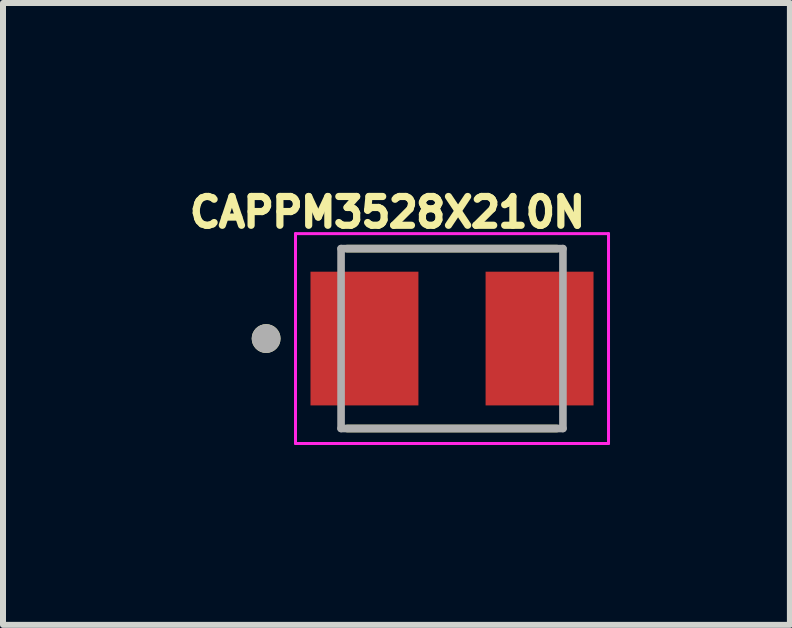
<source format=kicad_pcb>
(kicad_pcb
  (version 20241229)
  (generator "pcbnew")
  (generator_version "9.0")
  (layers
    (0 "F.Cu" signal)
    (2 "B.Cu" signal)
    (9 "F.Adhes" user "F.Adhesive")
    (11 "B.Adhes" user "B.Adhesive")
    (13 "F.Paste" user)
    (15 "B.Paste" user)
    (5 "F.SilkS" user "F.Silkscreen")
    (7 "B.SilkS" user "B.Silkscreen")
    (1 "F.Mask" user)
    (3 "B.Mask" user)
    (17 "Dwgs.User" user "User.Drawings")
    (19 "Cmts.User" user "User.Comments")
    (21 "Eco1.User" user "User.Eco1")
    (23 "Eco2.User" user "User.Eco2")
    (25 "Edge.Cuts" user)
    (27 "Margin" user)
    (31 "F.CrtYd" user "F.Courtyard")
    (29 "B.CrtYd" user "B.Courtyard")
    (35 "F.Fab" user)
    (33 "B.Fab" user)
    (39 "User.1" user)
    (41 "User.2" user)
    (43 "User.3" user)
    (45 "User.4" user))
  (footprint "CAPPM3528X210N"
    (layer "F.Cu")
    (at 4.488 2.596)
    (property "Reference" "CAPPM3528X210N" (at -1.076 -2.105 0) (layer "F.SilkS") (effects (font (size 0.48 0.48) (thickness 0.15))))
    (attr through_hole)
    (fp_line (start -1.75 -1.5) (end 1.75 -1.5) (stroke (width 0.127) (type solid)) (layer "F.SilkS"))
    (fp_line (start -1.75 1.5) (end 1.75 1.5) (stroke (width 0.127) (type solid)) (layer "F.SilkS"))
    (fp_circle (center -3.1 0) (end -2.98 0) (stroke (width 0.24) (type solid)) (fill no) (layer "F.SilkS"))
    (fp_line (start -2.61 -1.75) (end 2.61 -1.75) (stroke (width 0.05) (type solid)) (layer "F.CrtYd"))
    (fp_line (start -2.61 1.75) (end -2.61 -1.75) (stroke (width 0.05) (type solid)) (layer "F.CrtYd"))
    (fp_line (start 2.61 -1.75) (end 2.61 1.75) (stroke (width 0.05) (type solid)) (layer "F.CrtYd"))
    (fp_line (start 2.61 1.75) (end -2.61 1.75) (stroke (width 0.05) (type solid)) (layer "F.CrtYd"))
    (fp_line (start -1.85 -1.5) (end 1.85 -1.5) (stroke (width 0.127) (type solid)) (layer "F.Fab"))
    (fp_line (start -1.85 1.5) (end -1.85 -1.5) (stroke (width 0.127) (type solid)) (layer "F.Fab"))
    (fp_line (start 1.85 -1.5) (end 1.85 1.5) (stroke (width 0.127) (type solid)) (layer "F.Fab"))
    (fp_line (start 1.85 1.5) (end -1.85 1.5) (stroke (width 0.127) (type solid)) (layer "F.Fab"))
    (fp_circle (center -3.1 0) (end -2.98 0) (stroke (width 0.24) (type solid)) (fill no) (layer "F.Fab"))
    (pad "1" smd rect (at -1.46 0) (size 1.8 2.23) (layers "F.Cu" "F.Mask" "F.Paste"))
    (pad "2" smd rect (at 1.46 0) (size 1.8 2.23) (layers "F.Cu" "F.Mask" "F.Paste")))
  (gr_rect
    (start -3 -3)
    (end 10.123 7.371)
    (stroke (width 0.1) (type default))
    (fill no)
    (layer "Edge.Cuts")))
</source>
